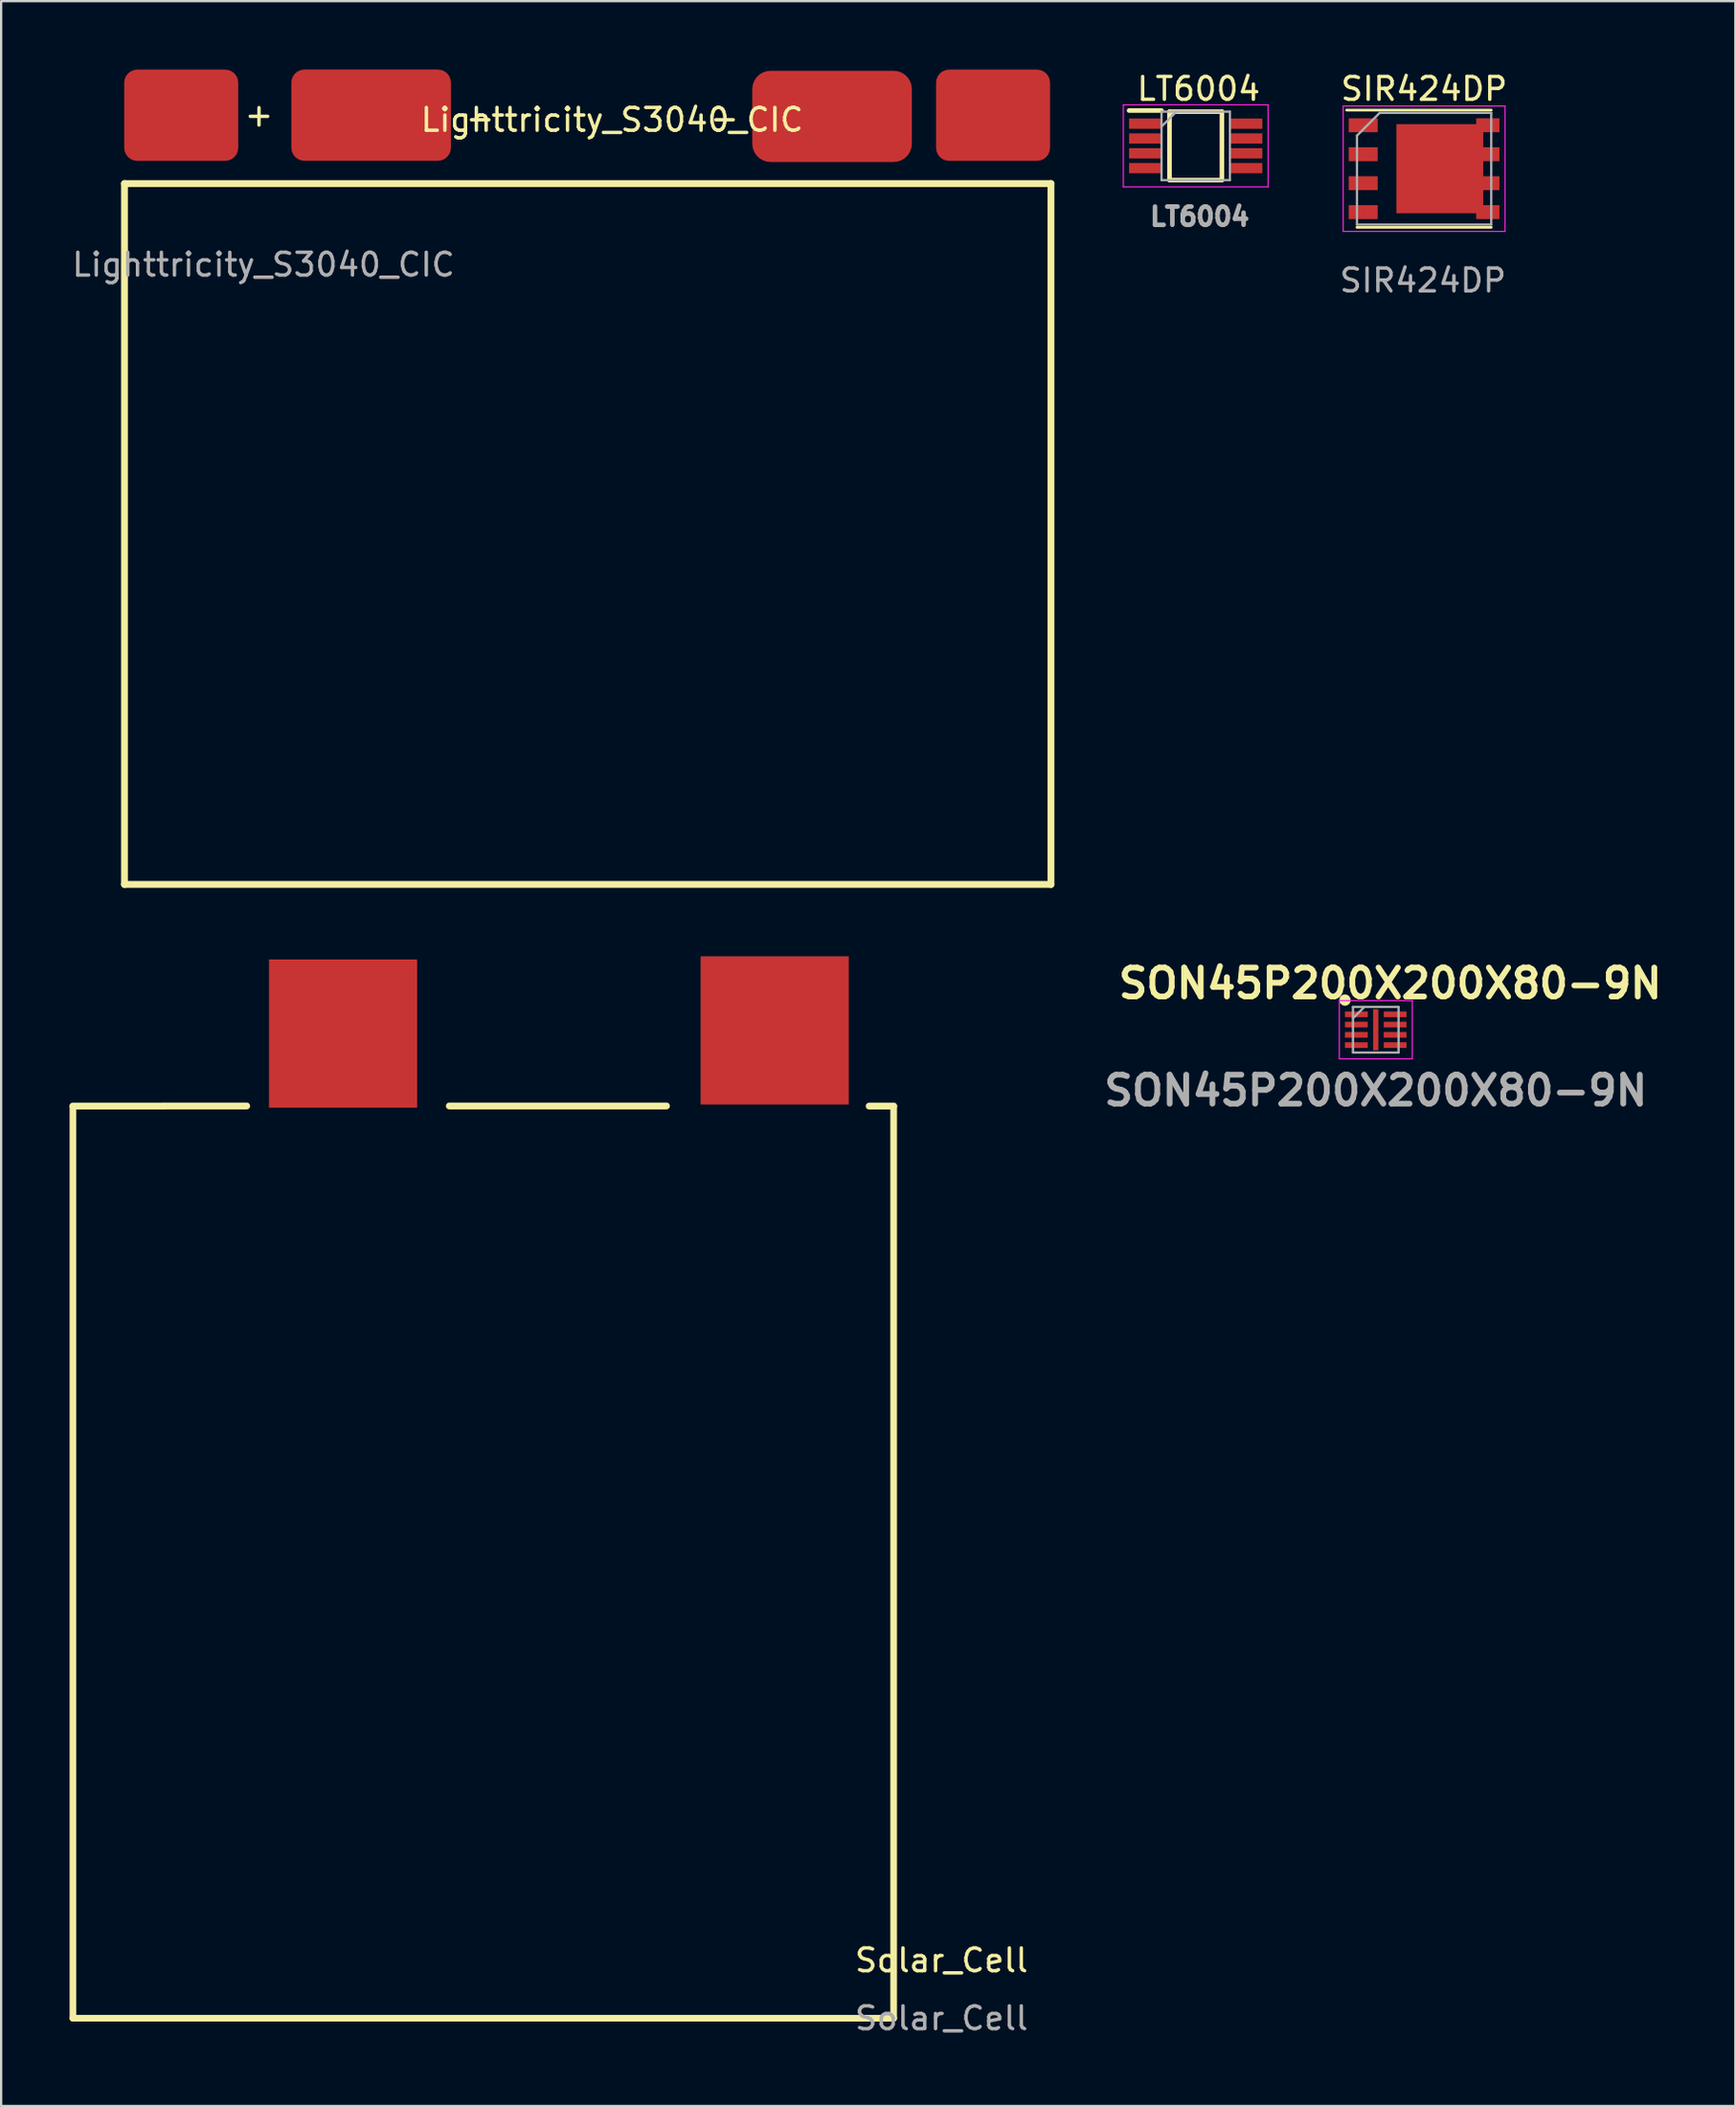
<source format=kicad_pcb>
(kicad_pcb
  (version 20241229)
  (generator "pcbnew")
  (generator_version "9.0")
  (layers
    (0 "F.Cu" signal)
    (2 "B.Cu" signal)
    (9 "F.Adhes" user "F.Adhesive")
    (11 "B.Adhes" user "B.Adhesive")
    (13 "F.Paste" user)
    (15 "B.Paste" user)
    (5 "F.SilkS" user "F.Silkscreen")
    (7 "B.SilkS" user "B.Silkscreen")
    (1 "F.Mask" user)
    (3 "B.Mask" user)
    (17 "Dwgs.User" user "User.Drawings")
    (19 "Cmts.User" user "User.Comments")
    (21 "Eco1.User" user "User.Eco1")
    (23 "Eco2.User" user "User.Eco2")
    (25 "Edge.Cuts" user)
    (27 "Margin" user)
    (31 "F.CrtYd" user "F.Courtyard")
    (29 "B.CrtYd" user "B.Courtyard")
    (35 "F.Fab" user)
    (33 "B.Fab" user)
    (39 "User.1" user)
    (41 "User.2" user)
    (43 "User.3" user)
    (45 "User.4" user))
  (footprint "SIR424DP"
    (layer "F.Cu")
    (at 59.418 4.348)
    (property "Reference" "SIR424DP" (at 0 -3.5 0) (layer "F.SilkS") (effects (font (size 1 1) (thickness 0.15))))
    (attr smd)
    (fp_line (start -3.4 -2.57) (end 2.945 -2.57) (stroke (width 0.12) (type solid)) (layer "F.SilkS"))
    (fp_line (start -2.945 2.57) (end 2.945 2.57) (stroke (width 0.12) (type solid)) (layer "F.SilkS"))
    (fp_line (start -3.55 -2.75) (end -3.55 2.75) (stroke (width 0.05) (type solid)) (layer "F.CrtYd"))
    (fp_line (start -3.55 -2.75) (end 3.55 -2.75) (stroke (width 0.05) (type solid)) (layer "F.CrtYd"))
    (fp_line (start -3.55 2.75) (end 3.55 2.75) (stroke (width 0.05) (type solid)) (layer "F.CrtYd"))
    (fp_line (start 3.55 -2.75) (end 3.55 2.75) (stroke (width 0.05) (type solid)) (layer "F.CrtYd"))
    (fp_line (start -2.945 2.45) (end -2.945 -1.45) (stroke (width 0.1) (type solid)) (layer "F.Fab"))
    (fp_line (start -1.945 -2.45) (end -2.945 -1.45) (stroke (width 0.1) (type solid)) (layer "F.Fab"))
    (fp_line (start -1.945 -2.45) (end 2.945 -2.45) (stroke (width 0.1) (type solid)) (layer "F.Fab"))
    (fp_line (start 2.945 -2.45) (end 2.945 2.45) (stroke (width 0.1) (type solid)) (layer "F.Fab"))
    (fp_line (start 2.945 2.45) (end -2.945 2.45) (stroke (width 0.1) (type solid)) (layer "F.Fab"))
    (fp_text user "${REFERENCE}" (at -0.05 4.9 0) (layer "F.Fab") (effects (font (size 1 1) (thickness 0.15))))
    (pad "1" smd rect (at -2.67 -1.905) (size 1.27 0.61) (layers "F.Cu" "F.Mask" "F.Paste"))
    (pad "2" smd rect (at -2.67 -0.635) (size 1.27 0.61) (layers "F.Cu" "F.Mask" "F.Paste"))
    (pad "3" smd rect (at -2.67 0.635) (size 1.27 0.61) (layers "F.Cu" "F.Mask" "F.Paste"))
    (pad "4" smd rect (at -2.67 1.905) (size 1.27 0.61) (layers "F.Cu" "F.Mask" "F.Paste"))
    (pad "5" smd rect (at 0.69 0) (size 3.81 3.91) (layers "F.Cu" "F.Mask" "F.Paste"))
    (pad "5" smd rect (at 2.795 -1.905) (size 1.02 0.61) (layers "F.Cu" "F.Mask" "F.Paste"))
    (pad "5" smd rect (at 2.795 -0.635) (size 1.02 0.61) (layers "F.Cu" "F.Mask" "F.Paste"))
    (pad "5" smd rect (at 2.795 0.635) (size 1.02 0.61) (layers "F.Cu" "F.Mask" "F.Paste"))
    (pad "5" smd rect (at 2.795 1.905) (size 1.02 0.61) (layers "F.Cu" "F.Mask" "F.Paste")))
  (footprint "SON45P200X200X80-9N"
    (layer "F.Cu")
    (at 57.298 42.105)
    (property "Reference" "SON45P200X200X80-9N" (at 0.635 -2.032 0) (layer "F.SilkS") (effects (font (size 1.27 1.27) (thickness 0.254))))
    (attr smd)
    (fp_circle (center -1.35 -1.3) (end -1.35 -1.175) (stroke (width 0.25) (type solid)) (fill no) (layer "F.SilkS"))
    (fp_line (start -1.6 -1.275) (end 1.6 -1.275) (stroke (width 0.05) (type solid)) (layer "F.CrtYd"))
    (fp_line (start -1.6 1.275) (end -1.6 -1.275) (stroke (width 0.05) (type solid)) (layer "F.CrtYd"))
    (fp_line (start 1.6 -1.275) (end 1.6 1.275) (stroke (width 0.05) (type solid)) (layer "F.CrtYd"))
    (fp_line (start 1.6 1.275) (end -1.6 1.275) (stroke (width 0.05) (type solid)) (layer "F.CrtYd"))
    (fp_line (start -1 -1) (end 1 -1) (stroke (width 0.1) (type solid)) (layer "F.Fab"))
    (fp_line (start -1 -0.5) (end -0.5 -1) (stroke (width 0.1) (type solid)) (layer "F.Fab"))
    (fp_line (start -1 1) (end -1 -1) (stroke (width 0.1) (type solid)) (layer "F.Fab"))
    (fp_line (start 1 -1) (end 1 1) (stroke (width 0.1) (type solid)) (layer "F.Fab"))
    (fp_line (start 1 1) (end -1 1) (stroke (width 0.1) (type solid)) (layer "F.Fab"))
    (fp_text user "${REFERENCE}" (at 0 2.667 0) (layer "F.Fab") (effects (font (size 1.27 1.27) (thickness 0.254))))
    (pad "1" smd rect (at -0.85 -0.675 90) (size 0.25 1) (layers "F.Cu" "F.Mask" "F.Paste"))
    (pad "2" smd rect (at -0.85 -0.225 90) (size 0.25 1) (layers "F.Cu" "F.Mask" "F.Paste"))
    (pad "3" smd rect (at -0.85 0.225 90) (size 0.25 1) (layers "F.Cu" "F.Mask" "F.Paste"))
    (pad "4" smd rect (at -0.85 0.675 90) (size 0.25 1) (layers "F.Cu" "F.Mask" "F.Paste"))
    (pad "5" smd rect (at 0.85 0.675 90) (size 0.25 1) (layers "F.Cu" "F.Mask" "F.Paste"))
    (pad "6" smd rect (at 0.85 0.225 90) (size 0.25 1) (layers "F.Cu" "F.Mask" "F.Paste"))
    (pad "7" smd rect (at 0.85 -0.225 90) (size 0.25 1) (layers "F.Cu" "F.Mask" "F.Paste"))
    (pad "8" smd rect (at 0.85 -0.675 90) (size 0.25 1) (layers "F.Cu" "F.Mask" "F.Paste"))
    (pad "9" smd rect (at 0 0) (size 0.23 1.8) (layers "F.Cu" "F.Mask" "F.Paste")))
  (footprint "Solar_Cell"
    (layer "F.Cu")
    (at 17.93 65.134)
    (property "Reference" "Solar_Cell" (at 20.32 17.78 0) (unlocked yes) (layer "F.SilkS") (effects (font (size 1 1) (thickness 0.15))))
    (fp_line (start -17.78 -19.68) (end -17.78 20.32) (stroke (width 0.293) (type solid)) (layer "F.SilkS"))
    (fp_line (start -17.78 -19.68) (end -10.16 -19.685) (stroke (width 0.3) (type solid)) (layer "F.SilkS"))
    (fp_line (start -17.78 20.32) (end 18.22 20.32) (stroke (width 0.293) (type solid)) (layer "F.SilkS"))
    (fp_line (start -1.27 -19.685) (end 8.255 -19.685) (stroke (width 0.3) (type solid)) (layer "F.SilkS"))
    (fp_line (start 17.145 -19.68) (end 18.22 -19.68) (stroke (width 0.3) (type solid)) (layer "F.SilkS"))
    (fp_line (start 18.22 -19.68) (end 18.22 20.32) (stroke (width 0.293) (type solid)) (layer "F.SilkS"))
    (fp_text user "${REFERENCE}" (at 20.32 20.32 0) (unlocked yes) (layer "F.Fab") (effects (font (size 1 1) (thickness 0.15))))
    (pad "1" smd rect (at -5.93 -22.86) (size 6.5 6.5) (layers "F.Cu" "F.Mask" "F.Paste"))
    (pad "2" smd rect (at 13 -23) (size 6.5 6.5) (layers "F.Cu" "F.Mask" "F.Paste")))
  (footprint "Lighttricity_S3040_CIC"
    (layer "F.Cu")
    (at 2.41 5)
    (property "Reference" "Lighttricity_S3040_CIC" (at 21.387 -2.794 0) (unlocked yes) (layer "F.SilkS") (effects (font (size 1 1) (thickness 0.15))))
    (attr smd)
    (fp_line (start 0 0) (end 0 30.734) (stroke (width 0.3) (type default)) (layer "F.SilkS"))
    (fp_line (start 0 30.734) (end 40.64 30.734) (stroke (width 0.3) (type default)) (layer "F.SilkS"))
    (fp_line (start 40.64 0) (end 0 0) (stroke (width 0.3) (type default)) (layer "F.SilkS"))
    (fp_line (start 40.64 30.734) (end 40.64 0) (stroke (width 0.3) (type default)) (layer "F.SilkS"))
    (fp_text user "+" (at 5.182 -2.438 0) (unlocked yes) (layer "F.SilkS") (effects (font (size 1 1) (thickness 0.15)) (justify left bottom)))
    (fp_text user "-" (at 14.884 -2.286 0) (unlocked yes) (layer "F.SilkS") (effects (font (size 1 1) (thickness 0.15)) (justify left bottom)))
    (fp_text user "-" (at 25.603 -2.286 0) (unlocked yes) (layer "F.SilkS") (effects (font (size 1 1) (thickness 0.15)) (justify left bottom)))
    (fp_text user "${REFERENCE}" (at 6.096 3.556 0) (unlocked yes) (layer "F.Fab") (effects (font (size 1 1) (thickness 0.15))))
    (pad "1" smd roundrect (at 10.82 -3) (size 7 4) (layers "F.Cu" "F.Mask" "F.Paste") (roundrect_rratio 0.143))
    (pad "1" smd roundrect (at 31.039 -2.946) (size 7 4) (layers "F.Cu" "F.Mask" "F.Paste") (roundrect_rratio 0.2))
    (pad "2" smd roundrect (at 2.489 -2.997) (size 5 4) (layers "F.Cu" "F.Mask" "F.Paste") (roundrect_rratio 0.143))
    (pad "3" smd roundrect (at 38.1 -2.997) (size 5 4) (layers "F.Cu" "F.Mask" "F.Paste") (roundrect_rratio 0.143)))
  (footprint "LT6004"
    (layer "F.Cu")
    (at 49.425 3.398)
    (property "Reference" "LT6004" (at 0.1 -2.55 0) (unlocked yes) (layer "F.SilkS") (effects (font (size 1 1) (thickness 0.15))))
    (attr smd)
    (fp_line (start -2.95 -1.601) (end -1.525 -1.601) (stroke (width 0.2) (type solid)) (layer "F.SilkS"))
    (fp_line (start -1.175 -1.551) (end 1.125 -1.551) (stroke (width 0.2) (type solid)) (layer "F.SilkS"))
    (fp_line (start -1.175 1.449) (end -1.175 -1.551) (stroke (width 0.2) (type solid)) (layer "F.SilkS"))
    (fp_line (start 1.125 -1.551) (end 1.125 1.449) (stroke (width 0.2) (type solid)) (layer "F.SilkS"))
    (fp_line (start 1.125 1.449) (end -1.175 1.449) (stroke (width 0.2) (type solid)) (layer "F.SilkS"))
    (fp_line (start -3.2 -1.852) (end 3.15 -1.852) (stroke (width 0.05) (type solid)) (layer "F.CrtYd"))
    (fp_line (start -3.2 1.75) (end -3.2 -1.852) (stroke (width 0.05) (type solid)) (layer "F.CrtYd"))
    (fp_line (start 3.15 -1.852) (end 3.15 1.75) (stroke (width 0.05) (type solid)) (layer "F.CrtYd"))
    (fp_line (start 3.15 1.75) (end -3.2 1.75) (stroke (width 0.05) (type solid)) (layer "F.CrtYd"))
    (fp_line (start -1.525 -1.551) (end 1.475 -1.551) (stroke (width 0.1) (type solid)) (layer "F.Fab"))
    (fp_line (start -1.525 -0.901) (end -0.875 -1.551) (stroke (width 0.1) (type solid)) (layer "F.Fab"))
    (fp_line (start -1.525 1.449) (end -1.525 -1.551) (stroke (width 0.1) (type solid)) (layer "F.Fab"))
    (fp_line (start 1.475 -1.551) (end 1.475 1.449) (stroke (width 0.1) (type solid)) (layer "F.Fab"))
    (fp_line (start 1.475 1.449) (end -1.525 1.449) (stroke (width 0.1) (type solid)) (layer "F.Fab"))
    (fp_text user "${REFERENCE}" (at 0.15 3.05 0) (layer "F.Fab") (effects (font (size 0.8 0.8) (thickness 0.2))))
    (pad "1" smd rect (at -2.237 -1.026 90) (size 0.45 1.425) (layers "F.Cu" "F.Mask" "F.Paste"))
    (pad "2" smd rect (at -2.237 -0.376 90) (size 0.45 1.425) (layers "F.Cu" "F.Mask" "F.Paste"))
    (pad "3" smd rect (at -2.237 0.274 90) (size 0.45 1.425) (layers "F.Cu" "F.Mask" "F.Paste"))
    (pad "4" smd rect (at -2.237 0.924 90) (size 0.45 1.425) (layers "F.Cu" "F.Mask" "F.Paste"))
    (pad "5" smd rect (at 2.187 0.924 90) (size 0.45 1.425) (layers "F.Cu" "F.Mask" "F.Paste"))
    (pad "6" smd rect (at 2.187 0.274 90) (size 0.45 1.425) (layers "F.Cu" "F.Mask" "F.Paste"))
    (pad "7" smd rect (at 2.187 -0.376 90) (size 0.45 1.425) (layers "F.Cu" "F.Mask" "F.Paste"))
    (pad "8" smd rect (at 2.187 -1.026 90) (size 0.45 1.425) (layers "F.Cu" "F.Mask" "F.Paste")))
  (gr_rect
    (start -3 -3)
    (end 73.071 89.302)
    (stroke (width 0.1) (type default))
    (fill no)
    (layer "Edge.Cuts")))
</source>
